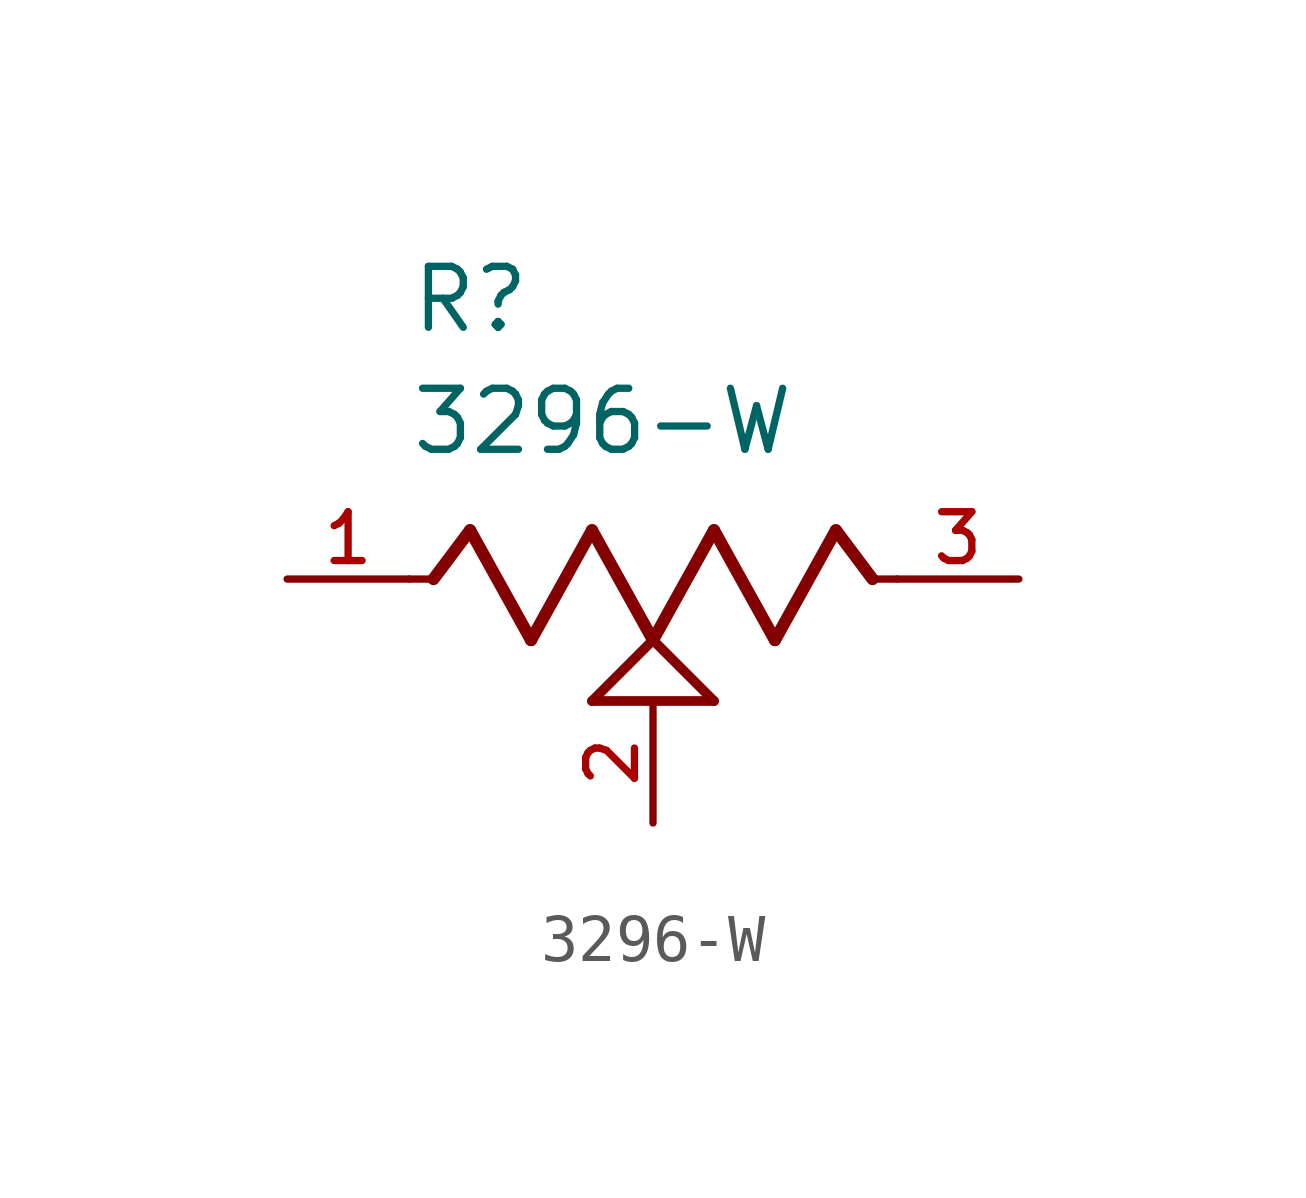
<source format=kicad_sym>
(kicad_symbol_lib
  (version 20211014)
  (generator kicad_symbol_editor)
  (symbol "3296-W"
    (pin_names
      (offset 1.016))
    (property "Reference" "R"
      (at -5.08 5.08 0)
      (effects (font (size 1.27 1.27)) (justify bottom left)))
    (property "Value" "3296-W"
      (at -5.08 2.54 0)
      (effects (font (size 1.27 1.27)) (justify bottom left)))
    (symbol "3296-W_0_0"
      (polyline (pts (xy -5.08 0.0) (xy -4.572 0.0)) (stroke (width 0.152)))
      (polyline (pts (xy -4.572 0.0) (xy -3.81 1.016)) (stroke (width 0.254)))
      (polyline (pts (xy -3.81 1.016) (xy -2.54 -1.27)) (stroke (width 0.254)))
      (polyline (pts (xy -2.54 -1.27) (xy -1.27 1.016)) (stroke (width 0.254)))
      (polyline (pts (xy -1.27 1.016) (xy 0.0 -1.27)) (stroke (width 0.254)))
      (polyline (pts (xy 0.0 -1.27) (xy 1.27 1.016)) (stroke (width 0.254)))
      (polyline (pts (xy 1.27 1.016) (xy 2.54 -1.27)) (stroke (width 0.254)))
      (polyline (pts (xy 2.54 -1.27) (xy 3.81 1.016)) (stroke (width 0.254)))
      (polyline (pts (xy 3.81 1.016) (xy 4.572 0.0)) (stroke (width 0.254)))
      (polyline (pts (xy 4.572 0.0) (xy 5.08 0.0)) (stroke (width 0.152)))
      (polyline (pts (xy 0.0 -1.27) (xy 1.27 -2.54)) (stroke (width 0.203)))
      (polyline (pts (xy -1.27 -2.54) (xy 0.0 -1.27)) (stroke (width 0.203)))
      (polyline (pts (xy 1.27 -2.54) (xy -1.27 -2.54)) (stroke (width 0.203)))
      (pin passive line (at -7.62 0.0 0) (length 2.54) (name "~" (effects (font (size 1.016 1.016)))) (number "1" (effects (font (size 1.016 1.016)))))
      (pin passive line (at 7.62 0.0 180.0) (length 2.54) (name "~" (effects (font (size 1.016 1.016)))) (number "3" (effects (font (size 1.016 1.016)))))
      (pin passive line (at 0.0 -5.08 90.0) (length 2.54) (name "~" (effects (font (size 1.016 1.016)))) (number "2" (effects (font (size 1.016 1.016))))))))
</source>
